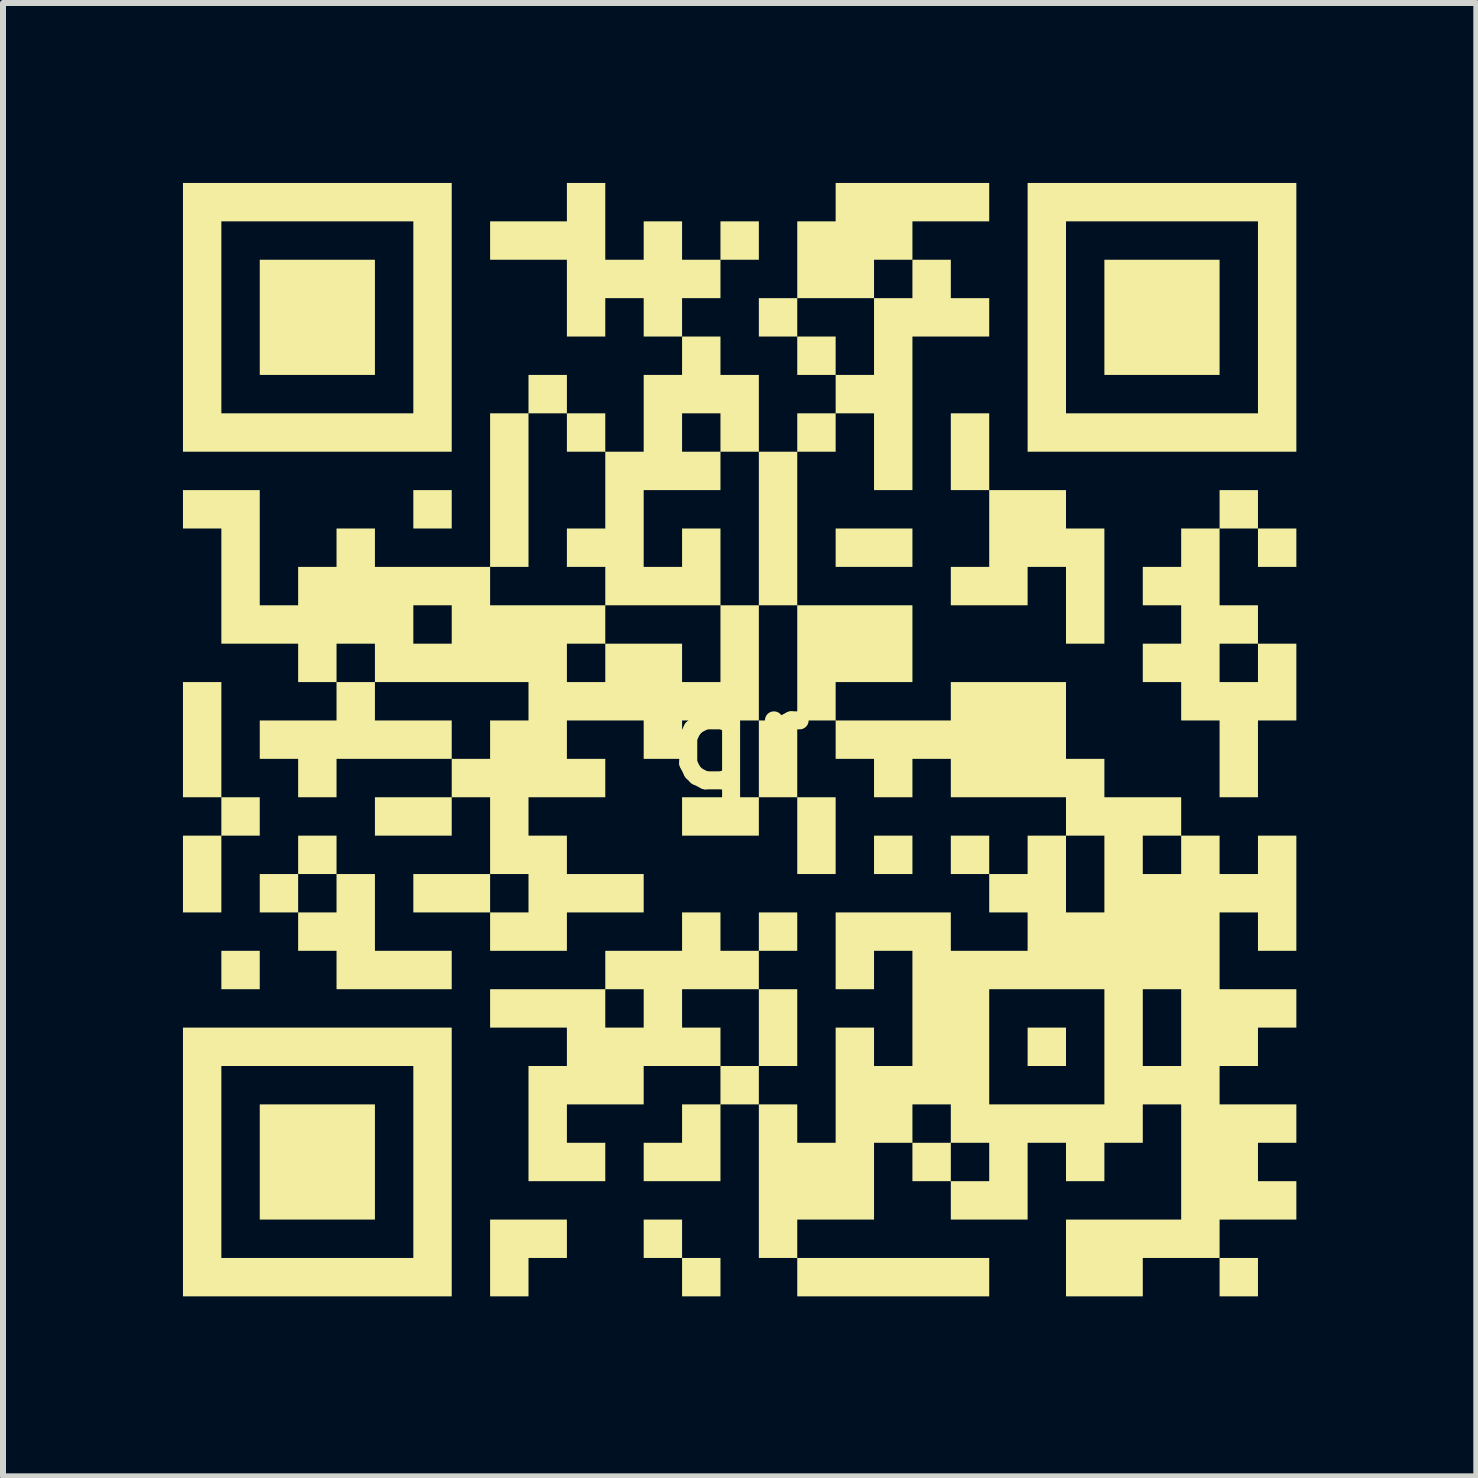
<source format=kicad_pcb>
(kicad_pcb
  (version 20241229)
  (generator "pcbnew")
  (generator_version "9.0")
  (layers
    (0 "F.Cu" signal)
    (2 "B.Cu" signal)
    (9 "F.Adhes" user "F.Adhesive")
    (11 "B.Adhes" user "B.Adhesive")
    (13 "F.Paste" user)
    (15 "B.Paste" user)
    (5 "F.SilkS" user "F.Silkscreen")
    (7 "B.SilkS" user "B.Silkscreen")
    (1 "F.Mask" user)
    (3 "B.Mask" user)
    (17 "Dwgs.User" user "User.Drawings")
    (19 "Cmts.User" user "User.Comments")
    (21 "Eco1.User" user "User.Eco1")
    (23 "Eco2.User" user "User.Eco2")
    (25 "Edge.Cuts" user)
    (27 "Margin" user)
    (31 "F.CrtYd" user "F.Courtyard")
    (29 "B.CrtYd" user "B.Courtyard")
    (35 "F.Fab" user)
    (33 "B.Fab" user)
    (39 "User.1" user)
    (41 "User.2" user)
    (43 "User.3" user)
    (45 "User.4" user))
  (footprint "qr"
    (layer "F.Cu")
    (at 9.28 9.28)
    (property "Reference" "qr" (at 0 0 0) (layer "F.SilkS") (effects (font (size 1.5 1.5) (thickness 0.3))))
    (attr board_only exclude_from_pos_files exclude_from_bom)
    (fp_poly (pts (xy -8.64 0) (xy -8.64 0.96) (xy -8.96 0.96) (xy -9.28 0.96) (xy -9.28 0) (xy -9.28 -0.96) (xy -8.96 -0.96) (xy -8.64 -0.96)) (stroke (width 0) (type solid)) (fill yes) (layer "F.SilkS"))
    (fp_poly (pts (xy -8 3.84) (xy -8 4.16) (xy -8.32 4.16) (xy -8.64 4.16) (xy -8.64 3.84) (xy -8.64 3.52) (xy -8.32 3.52) (xy -8 3.52)) (stroke (width 0) (type solid)) (fill yes) (layer "F.SilkS"))
    (fp_poly (pts (xy -6.08 -7.04) (xy -6.08 -6.08) (xy -7.04 -6.08) (xy -8 -6.08) (xy -8 -7.04) (xy -8 -8) (xy -7.04 -8) (xy -6.08 -8)) (stroke (width 0) (type solid)) (fill yes) (layer "F.SilkS"))
    (fp_poly (pts (xy -6.08 7.04) (xy -6.08 8) (xy -7.04 8) (xy -8 8) (xy -8 7.04) (xy -8 6.08) (xy -7.04 6.08) (xy -6.08 6.08)) (stroke (width 0) (type solid)) (fill yes) (layer "F.SilkS"))
    (fp_poly (pts (xy -4.8 -3.84) (xy -4.8 -3.52) (xy -5.12 -3.52) (xy -5.44 -3.52) (xy -5.44 -3.84) (xy -5.44 -4.16) (xy -5.12 -4.16) (xy -4.8 -4.16)) (stroke (width 0) (type solid)) (fill yes) (layer "F.SilkS"))
    (fp_poly (pts (xy -0.96 8.32) (xy -0.96 8.64) (xy -1.28 8.64) (xy -1.6 8.64) (xy -1.6 8.32) (xy -1.6 8) (xy -1.28 8) (xy -0.96 8)) (stroke (width 0) (type solid)) (fill yes) (layer "F.SilkS"))
    (fp_poly (pts (xy -0.32 8.96) (xy -0.32 9.28) (xy -0.64 9.28) (xy -0.96 9.28) (xy -0.96 8.96) (xy -0.96 8.64) (xy -0.64 8.64) (xy -0.32 8.64)) (stroke (width 0) (type solid)) (fill yes) (layer "F.SilkS"))
    (fp_poly (pts (xy 1.6 1.6) (xy 1.6 2.24) (xy 1.28 2.24) (xy 0.96 2.24) (xy 0.96 1.6) (xy 0.96 0.96) (xy 1.28 0.96) (xy 1.6 0.96)) (stroke (width 0) (type solid)) (fill yes) (layer "F.SilkS"))
    (fp_poly (pts (xy 2.88 -3.2) (xy 2.88 -2.88) (xy 2.24 -2.88) (xy 1.6 -2.88) (xy 1.6 -3.2) (xy 1.6 -3.52) (xy 2.24 -3.52) (xy 2.88 -3.52)) (stroke (width 0) (type solid)) (fill yes) (layer "F.SilkS"))
    (fp_poly (pts (xy 2.88 1.92) (xy 2.88 2.24) (xy 2.56 2.24) (xy 2.24 2.24) (xy 2.24 1.92) (xy 2.24 1.6) (xy 2.56 1.6) (xy 2.88 1.6)) (stroke (width 0) (type solid)) (fill yes) (layer "F.SilkS"))
    (fp_poly (pts (xy 4.16 -4.8) (xy 4.16 -4.16) (xy 3.84 -4.16) (xy 3.52 -4.16) (xy 3.52 -4.8) (xy 3.52 -5.44) (xy 3.84 -5.44) (xy 4.16 -5.44)) (stroke (width 0) (type solid)) (fill yes) (layer "F.SilkS"))
    (fp_poly (pts (xy 4.16 8.96) (xy 4.16 9.28) (xy 2.56 9.28) (xy 0.96 9.28) (xy 0.96 8.96) (xy 0.96 8.64) (xy 2.56 8.64) (xy 4.16 8.64)) (stroke (width 0) (type solid)) (fill yes) (layer "F.SilkS"))
    (fp_poly (pts (xy 5.44 5.12) (xy 5.44 5.44) (xy 5.12 5.44) (xy 4.8 5.44) (xy 4.8 5.12) (xy 4.8 4.8) (xy 5.12 4.8) (xy 5.44 4.8)) (stroke (width 0) (type solid)) (fill yes) (layer "F.SilkS"))
    (fp_poly (pts (xy 8 -7.04) (xy 8 -6.08) (xy 7.04 -6.08) (xy 6.08 -6.08) (xy 6.08 -7.04) (xy 6.08 -8) (xy 7.04 -8) (xy 8 -8)) (stroke (width 0) (type solid)) (fill yes) (layer "F.SilkS"))
    (fp_poly (pts (xy 8.64 8.96) (xy 8.64 9.28) (xy 8.32 9.28) (xy 8 9.28) (xy 8 8.96) (xy 8 8.64) (xy 8.32 8.64) (xy 8.64 8.64)) (stroke (width 0) (type solid)) (fill yes) (layer "F.SilkS"))
    (fp_poly (pts (xy 9.28 -3.2) (xy 9.28 -2.88) (xy 8.96 -2.88) (xy 8.64 -2.88) (xy 8.64 -3.2) (xy 8.64 -3.52) (xy 8.96 -3.52) (xy 9.28 -3.52)) (stroke (width 0) (type solid)) (fill yes) (layer "F.SilkS"))
    (fp_poly (pts (xy -2.88 8.32) (xy -2.88 8.64) (xy -3.2 8.64) (xy -3.52 8.64) (xy -3.52 8.96) (xy -3.52 9.28) (xy -3.84 9.28) (xy -4.16 9.28) (xy -4.16 8.64) (xy -4.16 8) (xy -3.52 8) (xy -2.88 8)) (stroke (width 0) (type solid)) (fill yes) (layer "F.SilkS"))
    (fp_poly (pts (xy -8 1.28) (xy -8 1.6) (xy -8.32 1.6) (xy -8.64 1.6) (xy -8.64 2.24) (xy -8.64 2.88) (xy -8.96 2.88) (xy -9.28 2.88) (xy -9.28 2.24) (xy -9.28 1.6) (xy -8.96 1.6) (xy -8.64 1.6) (xy -8.64 1.28) (xy -8.64 0.96) (xy -8.32 0.96) (xy -8 0.96)) (stroke (width 0) (type solid)) (fill yes) (layer "F.SilkS"))
    (fp_poly (pts (xy -4.8 -7.04) (xy -4.8 -4.8) (xy -7.04 -4.8) (xy -9.28 -4.8) (xy -9.28 -7.04) (xy -8.64 -7.04) (xy -8.64 -5.44) (xy -7.04 -5.44) (xy -5.44 -5.44) (xy -5.44 -7.04) (xy -5.44 -8.64) (xy -7.04 -8.64) (xy -8.64 -8.64) (xy -8.64 -7.04) (xy -9.28 -7.04) (xy -9.28 -9.28) (xy -7.04 -9.28) (xy -4.8 -9.28)) (stroke (width 0) (type solid)) (fill yes) (layer "F.SilkS"))
    (fp_poly (pts (xy -4.8 7.04) (xy -4.8 9.28) (xy -7.04 9.28) (xy -9.28 9.28) (xy -9.28 7.04) (xy -8.64 7.04) (xy -8.64 8.64) (xy -7.04 8.64) (xy -5.44 8.64) (xy -5.44 7.04) (xy -5.44 5.44) (xy -7.04 5.44) (xy -8.64 5.44) (xy -8.64 7.04) (xy -9.28 7.04) (xy -9.28 4.8) (xy -7.04 4.8) (xy -4.8 4.8)) (stroke (width 0) (type solid)) (fill yes) (layer "F.SilkS"))
    (fp_poly (pts (xy 9.28 -7.04) (xy 9.28 -4.8) (xy 7.04 -4.8) (xy 4.8 -4.8) (xy 4.8 -7.04) (xy 5.44 -7.04) (xy 5.44 -5.44) (xy 7.04 -5.44) (xy 8.64 -5.44) (xy 8.64 -7.04) (xy 8.64 -8.64) (xy 7.04 -8.64) (xy 5.44 -8.64) (xy 5.44 -7.04) (xy 4.8 -7.04) (xy 4.8 -9.28) (xy 7.04 -9.28) (xy 9.28 -9.28)) (stroke (width 0) (type solid)) (fill yes) (layer "F.SilkS"))
    (fp_poly (pts (xy 5.44 -3.84) (xy 5.44 -3.52) (xy 5.76 -3.52) (xy 6.08 -3.52) (xy 6.08 -2.56) (xy 6.08 -1.6) (xy 5.76 -1.6) (xy 5.44 -1.6) (xy 5.44 -2.24) (xy 5.44 -2.88) (xy 5.12 -2.88) (xy 4.8 -2.88) (xy 4.8 -2.56) (xy 4.8 -2.24) (xy 4.16 -2.24) (xy 3.52 -2.24) (xy 3.52 -2.56) (xy 3.52 -2.88) (xy 3.84 -2.88) (xy 4.16 -2.88) (xy 4.16 -3.52) (xy 4.16 -4.16) (xy 4.8 -4.16) (xy 5.44 -4.16)) (stroke (width 0) (type solid)) (fill yes) (layer "F.SilkS"))
    (fp_poly (pts (xy 4.16 -8.96) (xy 4.16 -8.64) (xy 3.52 -8.64) (xy 2.88 -8.64) (xy 2.88 -8.32) (xy 2.88 -8) (xy 2.56 -8) (xy 2.24 -8) (xy 2.24 -7.68) (xy 2.24 -7.36) (xy 1.6 -7.36) (xy 0.96 -7.36) (xy 0.96 -7.04) (xy 0.96 -6.72) (xy 0.64 -6.72) (xy 0.32 -6.72) (xy 0.32 -7.04) (xy 0.32 -7.36) (xy 0.64 -7.36) (xy 0.96 -7.36) (xy 0.96 -8) (xy 0.96 -8.64) (xy 1.28 -8.64) (xy 1.6 -8.64) (xy 1.6 -8.96) (xy 1.6 -9.28) (xy 2.88 -9.28) (xy 4.16 -9.28)) (stroke (width 0) (type solid)) (fill yes) (layer "F.SilkS"))
    (fp_poly (pts (xy -6.72 1.92) (xy -6.72 2.24) (xy -7.04 2.24) (xy -7.36 2.24) (xy -7.36 2.56) (xy -7.36 2.88) (xy -7.04 2.88) (xy -6.72 2.88) (xy -6.72 2.56) (xy -6.72 2.24) (xy -6.4 2.24) (xy -6.08 2.24) (xy -6.08 2.88) (xy -6.08 3.52) (xy -5.44 3.52) (xy -4.8 3.52) (xy -4.8 3.84) (xy -4.8 4.16) (xy -5.76 4.16) (xy -6.72 4.16) (xy -6.72 3.84) (xy -6.72 3.52) (xy -7.04 3.52) (xy -7.36 3.52) (xy -7.36 3.2) (xy -7.36 2.88) (xy -7.68 2.88) (xy -8 2.88) (xy -8 2.56) (xy -8 2.24) (xy -7.68 2.24) (xy -7.36 2.24) (xy -7.36 1.92) (xy -7.36 1.6) (xy -7.04 1.6) (xy -6.72 1.6)) (stroke (width 0) (type solid)) (fill yes) (layer "F.SilkS"))
    (fp_poly (pts (xy -2.24 -8.64) (xy -2.24 -8) (xy -1.92 -8) (xy -1.6 -8) (xy -1.6 -8.32) (xy -1.6 -8.64) (xy -1.28 -8.64) (xy -0.96 -8.64) (xy -0.96 -8.32) (xy -0.96 -8) (xy -0.64 -8) (xy -0.32 -8) (xy -0.32 -8.32) (xy -0.32 -8.64) (xy 0 -8.64) (xy 0.32 -8.64) (xy 0.32 -8.32) (xy 0.32 -8) (xy 0 -8) (xy -0.32 -8) (xy -0.32 -7.68) (xy -0.32 -7.36) (xy -0.64 -7.36) (xy -0.96 -7.36) (xy -0.96 -7.04) (xy -0.96 -6.72) (xy -1.28 -6.72) (xy -1.6 -6.72) (xy -1.6 -7.04) (xy -1.6 -7.36) (xy -1.92 -7.36) (xy -2.24 -7.36) (xy -2.24 -7.04) (xy -2.24 -6.72) (xy -2.56 -6.72) (xy -2.88 -6.72) (xy -2.88 -7.36) (xy -2.88 -8) (xy -3.52 -8) (xy -4.16 -8) (xy -4.16 -8.32) (xy -4.16 -8.64) (xy -3.52 -8.64) (xy -2.88 -8.64) (xy -2.88 -8.96) (xy -2.88 -9.28) (xy -2.56 -9.28) (xy -2.24 -9.28)) (stroke (width 0) (type solid)) (fill yes) (layer "F.SilkS"))
    (fp_poly (pts (xy 8.64 -3.84) (xy 8.64 -3.52) (xy 8.32 -3.52) (xy 8 -3.52) (xy 8 -2.88) (xy 8 -2.24) (xy 8.32 -2.24) (xy 8.64 -2.24) (xy 8.64 -1.92) (xy 8.64 -1.6) (xy 8.32 -1.6) (xy 8 -1.6) (xy 8 -1.28) (xy 8 -0.96) (xy 8.32 -0.96) (xy 8.64 -0.96) (xy 8.64 -1.28) (xy 8.64 -1.6) (xy 8.96 -1.6) (xy 9.28 -1.6) (xy 9.28 -0.96) (xy 9.28 -0.32) (xy 8.96 -0.32) (xy 8.64 -0.32) (xy 8.64 0.32) (xy 8.64 0.96) (xy 8.32 0.96) (xy 8 0.96) (xy 8 0.32) (xy 8 -0.32) (xy 7.68 -0.32) (xy 7.36 -0.32) (xy 7.36 -0.64) (xy 7.36 -0.96) (xy 7.04 -0.96) (xy 6.72 -0.96) (xy 6.72 -1.28) (xy 6.72 -1.6) (xy 7.04 -1.6) (xy 7.36 -1.6) (xy 7.36 -1.92) (xy 7.36 -2.24) (xy 7.04 -2.24) (xy 6.72 -2.24) (xy 6.72 -2.56) (xy 6.72 -2.88) (xy 7.04 -2.88) (xy 7.36 -2.88) (xy 7.36 -3.2) (xy 7.36 -3.52) (xy 7.68 -3.52) (xy 8 -3.52) (xy 8 -3.84) (xy 8 -4.16) (xy 8.32 -4.16) (xy 8.64 -4.16)) (stroke (width 0) (type solid)) (fill yes) (layer "F.SilkS"))
    (fp_poly (pts (xy -0.32 3.2) (xy -0.32 3.52) (xy 0 3.52) (xy 0.32 3.52) (xy 0.32 3.2) (xy 0.32 2.88) (xy 0.64 2.88) (xy 0.96 2.88) (xy 0.96 3.2) (xy 0.96 3.52) (xy 0.64 3.52) (xy 0.32 3.52) (xy 0.32 3.84) (xy 0.32 4.16) (xy -0.32 4.16) (xy -0.96 4.16) (xy -0.96 4.48) (xy -0.96 4.8) (xy -0.64 4.8) (xy -0.32 4.8) (xy -0.32 5.12) (xy -0.32 5.44) (xy 0 5.44) (xy 0.32 5.44) (xy 0.32 4.8) (xy 0.32 4.16) (xy 0.64 4.16) (xy 0.96 4.16) (xy 0.96 4.8) (xy 0.96 5.44) (xy 0.64 5.44) (xy 0.32 5.44) (xy 0.32 5.76) (xy 0.32 6.08) (xy 0 6.08) (xy -0.32 6.08) (xy -0.32 6.72) (xy -0.32 7.36) (xy -0.96 7.36) (xy -1.6 7.36) (xy -1.6 7.04) (xy -1.6 6.72) (xy -1.28 6.72) (xy -0.96 6.72) (xy -0.96 6.4) (xy -0.96 6.08) (xy -0.64 6.08) (xy -0.32 6.08) (xy -0.32 5.76) (xy -0.32 5.44) (xy -0.96 5.44) (xy -1.6 5.44) (xy -1.6 5.76) (xy -1.6 6.08) (xy -2.24 6.08) (xy -2.88 6.08) (xy -2.88 6.4) (xy -2.88 6.72) (xy -2.56 6.72) (xy -2.24 6.72) (xy -2.24 7.04) (xy -2.24 7.36) (xy -2.88 7.36) (xy -3.52 7.36) (xy -3.52 6.4) (xy -3.52 5.44) (xy -3.2 5.44) (xy -2.88 5.44) (xy -2.88 5.12) (xy -2.88 4.8) (xy -3.52 4.8) (xy -4.16 4.8) (xy -4.16 4.48) (xy -2.24 4.48) (xy -2.24 4.8) (xy -1.92 4.8) (xy -1.6 4.8) (xy -1.6 4.48) (xy -1.6 4.16) (xy -1.92 4.16) (xy -2.24 4.16) (xy -2.24 4.48) (xy -4.16 4.48) (xy -4.16 4.16) (xy -3.2 4.16) (xy -2.24 4.16) (xy -2.24 3.84) (xy -2.24 3.52) (xy -1.6 3.52) (xy -0.96 3.52) (xy -0.96 3.2) (xy -0.96 2.88) (xy -0.64 2.88) (xy -0.32 2.88)) (stroke (width 0) (type solid)) (fill yes) (layer "F.SilkS"))
    (fp_poly (pts (xy 3.52 -7.68) (xy 3.52 -7.36) (xy 3.84 -7.36) (xy 4.16 -7.36) (xy 4.16 -7.04) (xy 4.16 -6.72) (xy 3.52 -6.72) (xy 2.88 -6.72) (xy 2.88 -5.44) (xy 2.88 -4.16) (xy 2.56 -4.16) (xy 2.24 -4.16) (xy 2.24 -4.8) (xy 2.24 -5.44) (xy 1.92 -5.44) (xy 1.6 -5.44) (xy 1.6 -5.12) (xy 1.6 -4.8) (xy 1.28 -4.8) (xy 0.96 -4.8) (xy 0.96 -3.52) (xy 0.96 -2.24) (xy 0.64 -2.24) (xy 0.32 -2.24) (xy 0.32 -1.28) (xy 0.32 -0.32) (xy 0.64 -0.32) (xy 0.96 -0.32) (xy 0.96 -1.28) (xy 0.96 -2.24) (xy 1.92 -2.24) (xy 2.88 -2.24) (xy 2.88 -1.6) (xy 2.88 -0.96) (xy 2.24 -0.96) (xy 1.6 -0.96) (xy 1.6 -0.64) (xy 1.6 -0.32) (xy 2.56 -0.32) (xy 3.52 -0.32) (xy 3.52 -0.64) (xy 3.52 -0.96) (xy 4.48 -0.96) (xy 5.44 -0.96) (xy 5.44 -0.32) (xy 5.44 0.32) (xy 5.76 0.32) (xy 6.08 0.32) (xy 6.08 0.64) (xy 6.08 0.96) (xy 6.72 0.96) (xy 7.36 0.96) (xy 7.36 1.28) (xy 7.36 1.6) (xy 7.04 1.6) (xy 6.72 1.6) (xy 6.72 1.92) (xy 6.72 2.24) (xy 7.04 2.24) (xy 7.36 2.24) (xy 7.36 1.92) (xy 7.36 1.6) (xy 7.68 1.6) (xy 8 1.6) (xy 8 1.92) (xy 8 2.24) (xy 8.32 2.24) (xy 8.64 2.24) (xy 8.64 1.92) (xy 8.64 1.6) (xy 8.96 1.6) (xy 9.28 1.6) (xy 9.28 2.56) (xy 9.28 3.52) (xy 8.96 3.52) (xy 8.64 3.52) (xy 8.64 3.2) (xy 8.64 2.88) (xy 8.32 2.88) (xy 8 2.88) (xy 8 3.52) (xy 8 4.16) (xy 8.64 4.16) (xy 9.28 4.16) (xy 9.28 4.48) (xy 9.28 4.8) (xy 8.96 4.8) (xy 8.64 4.8) (xy 8.64 5.12) (xy 8.64 5.44) (xy 8.32 5.44) (xy 8 5.44) (xy 8 5.76) (xy 8 6.08) (xy 8.64 6.08) (xy 9.28 6.08) (xy 9.28 6.4) (xy 9.28 6.72) (xy 8.96 6.72) (xy 8.64 6.72) (xy 8.64 7.04) (xy 8.64 7.36) (xy 8.96 7.36) (xy 9.28 7.36) (xy 9.28 7.68) (xy 9.28 8) (xy 8.64 8) (xy 8 8) (xy 8 8.32) (xy 8 8.64) (xy 7.36 8.64) (xy 6.72 8.64) (xy 6.72 8.96) (xy 6.72 9.28) (xy 6.08 9.28) (xy 5.44 9.28) (xy 5.44 8.64) (xy 5.44 8) (xy 6.4 8) (xy 7.36 8) (xy 7.36 7.04) (xy 7.36 6.08) (xy 7.04 6.08) (xy 6.72 6.08) (xy 6.72 6.4) (xy 6.72 6.72) (xy 6.4 6.72) (xy 6.08 6.72) (xy 6.08 7.04) (xy 6.08 7.36) (xy 5.76 7.36) (xy 5.44 7.36) (xy 5.44 7.04) (xy 5.44 6.72) (xy 5.12 6.72) (xy 4.8 6.72) (xy 4.8 7.36) (xy 4.8 8) (xy 4.16 8) (xy 3.52 8) (xy 3.52 7.68) (xy 3.52 7.36) (xy 3.2 7.36) (xy 2.88 7.36) (xy 2.88 7.04) (xy 3.52 7.04) (xy 3.52 7.36) (xy 3.84 7.36) (xy 4.16 7.36) (xy 4.16 7.04) (xy 4.16 6.72) (xy 3.84 6.72) (xy 3.52 6.72) (xy 3.52 7.04) (xy 2.88 7.04) (xy 2.88 6.72) (xy 2.56 6.72) (xy 2.24 6.72) (xy 2.24 7.36) (xy 2.24 8) (xy 1.6 8) (xy 0.96 8) (xy 0.96 8.32) (xy 0.96 8.64) (xy 0.64 8.64) (xy 0.32 8.64) (xy 0.32 7.36) (xy 0.32 6.08) (xy 0.64 6.08) (xy 0.96 6.08) (xy 0.96 6.4) (xy 0.96 6.72) (xy 1.28 6.72) (xy 1.6 6.72) (xy 1.6 6.4) (xy 2.88 6.4) (xy 2.88 6.72) (xy 3.2 6.72) (xy 3.52 6.72) (xy 3.52 6.4) (xy 3.52 6.08) (xy 3.2 6.08) (xy 2.88 6.08) (xy 2.88 6.4) (xy 1.6 6.4) (xy 1.6 5.76) (xy 1.6 4.8) (xy 1.92 4.8) (xy 2.24 4.8) (xy 2.24 5.12) (xy 2.24 5.44) (xy 2.56 5.44) (xy 2.88 5.44) (xy 2.88 5.12) (xy 4.16 5.12) (xy 4.16 6.08) (xy 5.12 6.08) (xy 6.08 6.08) (xy 6.08 5.12) (xy 6.08 4.8) (xy 6.72 4.8) (xy 6.72 5.44) (xy 7.04 5.44) (xy 7.36 5.44) (xy 7.36 4.8) (xy 7.36 4.16) (xy 7.04 4.16) (xy 6.72 4.16) (xy 6.72 4.8) (xy 6.08 4.8) (xy 6.08 4.16) (xy 5.12 4.16) (xy 4.16 4.16) (xy 4.16 5.12) (xy 2.88 5.12) (xy 2.88 4.48) (xy 2.88 3.52) (xy 2.56 3.52) (xy 2.24 3.52) (xy 2.24 3.84) (xy 2.24 4.16) (xy 1.92 4.16) (xy 1.6 4.16) (xy 1.6 3.52) (xy 1.6 2.88) (xy 2.56 2.88) (xy 3.52 2.88) (xy 3.52 3.2) (xy 3.52 3.52) (xy 4.16 3.52) (xy 4.8 3.52) (xy 4.8 3.2) (xy 4.8 2.88) (xy 4.48 2.88) (xy 4.16 2.88) (xy 4.16 2.56) (xy 4.16 2.24) (xy 3.84 2.24) (xy 3.52 2.24) (xy 3.52 1.92) (xy 3.52 1.6) (xy 3.84 1.6) (xy 4.16 1.6) (xy 4.16 1.92) (xy 4.16 2.24) (xy 4.48 2.24) (xy 4.8 2.24) (xy 5.44 2.24) (xy 5.44 2.88) (xy 5.76 2.88) (xy 6.08 2.88) (xy 6.08 2.24) (xy 6.08 1.6) (xy 5.76 1.6) (xy 5.44 1.6) (xy 5.44 2.24) (xy 4.8 2.24) (xy 4.8 1.92) (xy 4.8 1.6) (xy 5.12 1.6) (xy 5.44 1.6) (xy 5.44 1.28) (xy 5.44 0.96) (xy 4.48 0.96) (xy 3.52 0.96) (xy 3.52 0.64) (xy 3.52 0.32) (xy 3.2 0.32) (xy 2.88 0.32) (xy 2.88 0.64) (xy 2.88 0.96) (xy 2.56 0.96) (xy 2.24 0.96) (xy 2.24 0.64) (xy 2.24 0.32) (xy 1.92 0.32) (xy 1.6 0.32) (xy 1.6 0) (xy 1.6 -0.32) (xy 1.28 -0.32) (xy 0.96 -0.32) (xy 0.96 0.32) (xy 0.96 0.96) (xy 0.64 0.96) (xy 0.32 0.96) (xy 0.32 1.28) (xy 0.32 1.6) (xy -0.32 1.6) (xy -0.96 1.6) (xy -0.96 1.28) (xy -0.96 0.96) (xy -0.32 0.96) (xy 0.32 0.96) (xy 0.32 0.32) (xy 0.32 -0.32) (xy -0.32 -0.32) (xy -0.96 -0.32) (xy -0.96 0) (xy -0.96 0.32) (xy -1.28 0.32) (xy -1.6 0.32) (xy -1.6 0) (xy -1.6 -0.32) (xy -2.24 -0.32) (xy -2.88 -0.32) (xy -2.88 0) (xy -2.88 0.32) (xy -2.56 0.32) (xy -2.24 0.32) (xy -2.24 0.64) (xy -2.24 0.96) (xy -2.88 0.96) (xy -3.52 0.96) (xy -3.52 1.28) (xy -3.52 1.6) (xy -3.2 1.6) (xy -2.88 1.6) (xy -2.88 1.92) (xy -2.88 2.24) (xy -2.24 2.24) (xy -1.6 2.24) (xy -1.6 2.56) (xy -1.6 2.88) (xy -2.24 2.88) (xy -2.88 2.88) (xy -2.88 3.2) (xy -2.88 3.52) (xy -3.52 3.52) (xy -4.16 3.52) (xy -4.16 3.2) (xy -4.16 2.88) (xy -4.8 2.88) (xy -5.44 2.88) (xy -5.44 2.56) (xy -4.16 2.56) (xy -4.16 2.88) (xy -3.84 2.88) (xy -3.52 2.88) (xy -3.52 2.56) (xy -3.52 2.24) (xy -3.84 2.24) (xy -4.16 2.24) (xy -4.16 2.56) (xy -5.44 2.56) (xy -5.44 2.24) (xy -4.8 2.24) (xy -4.16 2.24) (xy -4.16 1.6) (xy -4.16 0.96) (xy -4.48 0.96) (xy -4.8 0.96) (xy -4.8 1.28) (xy -4.8 1.6) (xy -5.44 1.6) (xy -6.08 1.6) (xy -6.08 1.28) (xy -6.08 0.96) (xy -5.44 0.96) (xy -4.8 0.96) (xy -4.8 0.64) (xy -4.8 0.32) (xy -5.76 0.32) (xy -6.72 0.32) (xy -6.72 0.64) (xy -6.72 0.96) (xy -7.04 0.96) (xy -7.36 0.96) (xy -7.36 0.64) (xy -7.36 0.32) (xy -7.68 0.32) (xy -8 0.32) (xy -8 0) (xy -8 -0.32) (xy -7.36 -0.32) (xy -6.72 -0.32) (xy -6.72 -0.64) (xy -6.08 -0.64) (xy -6.08 -0.32) (xy -5.44 -0.32) (xy -4.8 -0.32) (xy -4.8 0) (xy -4.8 0.32) (xy -4.48 0.32) (xy -4.16 0.32) (xy -4.16 0) (xy -4.16 -0.32) (xy -3.84 -0.32) (xy -3.52 -0.32) (xy -3.52 -0.64) (xy -3.52 -0.96) (xy -4.8 -0.96) (xy -6.08 -0.96) (xy -6.08 -0.64) (xy -6.72 -0.64) (xy -6.72 -0.96) (xy -7.04 -0.96) (xy -7.36 -0.96) (xy -7.36 -1.28) (xy -6.72 -1.28) (xy -6.72 -0.96) (xy -6.4 -0.96) (xy -6.08 -0.96) (xy -6.08 -1.28) (xy -6.08 -1.6) (xy -6.4 -1.6) (xy -6.72 -1.6) (xy -6.72 -1.28) (xy -7.36 -1.28) (xy -7.36 -1.6) (xy -8 -1.6) (xy -8.64 -1.6) (xy -8.64 -1.92) (xy -5.44 -1.92) (xy -5.44 -1.6) (xy -5.12 -1.6) (xy -4.8 -1.6) (xy -4.8 -1.92) (xy -4.8 -2.24) (xy -5.12 -2.24) (xy -5.44 -2.24) (xy -5.44 -1.92) (xy -8.64 -1.92) (xy -8.64 -2.56) (xy -8.64 -3.52) (xy -8.96 -3.52) (xy -9.28 -3.52) (xy -9.28 -3.84) (xy -9.28 -4.16) (xy -8.64 -4.16) (xy -8 -4.16) (xy -8 -3.2) (xy -8 -2.24) (xy -7.68 -2.24) (xy -7.36 -2.24) (xy -7.36 -2.56) (xy -7.36 -2.88) (xy -7.04 -2.88) (xy -6.72 -2.88) (xy -6.72 -3.2) (xy -6.72 -3.52) (xy -6.4 -3.52) (xy -6.08 -3.52) (xy -6.08 -3.2) (xy -6.08 -2.88) (xy -5.12 -2.88) (xy -4.16 -2.88) (xy -4.16 -4.16) (xy -4.16 -5.44) (xy -3.84 -5.44) (xy -3.52 -5.44) (xy -3.52 -5.76) (xy -3.52 -6.08) (xy -3.2 -6.08) (xy -2.88 -6.08) (xy -2.88 -5.76) (xy -2.88 -5.44) (xy -3.2 -5.44) (xy -3.52 -5.44) (xy -3.52 -4.16) (xy -3.52 -2.88) (xy -3.84 -2.88) (xy -4.16 -2.88) (xy -4.16 -2.56) (xy -4.16 -2.24) (xy -3.2 -2.24) (xy -2.24 -2.24) (xy -2.24 -1.92) (xy -2.24 -1.6) (xy -2.56 -1.6) (xy -2.88 -1.6) (xy -2.88 -1.28) (xy -2.88 -0.96) (xy -2.56 -0.96) (xy -2.24 -0.96) (xy -2.24 -1.28) (xy -2.24 -1.6) (xy -1.6 -1.6) (xy -0.96 -1.6) (xy -0.96 -1.28) (xy -0.96 -0.96) (xy -0.64 -0.96) (xy -0.32 -0.96) (xy -0.32 -1.6) (xy -0.32 -2.24) (xy 0 -2.24) (xy 0.32 -2.24) (xy 0.32 -3.52) (xy 0.32 -4.8) (xy 0 -4.8) (xy -0.32 -4.8) (xy -0.32 -4.48) (xy -0.32 -4.16) (xy -0.96 -4.16) (xy -1.6 -4.16) (xy -1.6 -3.52) (xy -1.6 -2.88) (xy -1.28 -2.88) (xy -0.96 -2.88) (xy -0.96 -3.2) (xy -0.96 -3.52) (xy -0.64 -3.52) (xy -0.32 -3.52) (xy -0.32 -2.88) (xy -0.32 -2.24) (xy -1.28 -2.24) (xy -2.24 -2.24) (xy -2.24 -2.56) (xy -2.24 -2.88) (xy -2.56 -2.88) (xy -2.88 -2.88) (xy -2.88 -3.2) (xy -2.88 -3.52) (xy -2.56 -3.52) (xy -2.24 -3.52) (xy -2.24 -4.16) (xy -2.24 -4.8) (xy -2.56 -4.8) (xy -2.88 -4.8) (xy -2.88 -5.12) (xy -2.88 -5.44) (xy -2.56 -5.44) (xy -2.24 -5.44) (xy -2.24 -5.12) (xy -2.24 -4.8) (xy -1.92 -4.8) (xy -1.6 -4.8) (xy -1.6 -5.12) (xy -0.96 -5.12) (xy -0.96 -4.8) (xy -0.64 -4.8) (xy -0.32 -4.8) (xy -0.32 -5.12) (xy -0.32 -5.44) (xy -0.64 -5.44) (xy -0.96 -5.44) (xy -0.96 -5.12) (xy -1.6 -5.12) (xy -1.6 -5.44) (xy -1.6 -6.08) (xy -1.28 -6.08) (xy -0.96 -6.08) (xy -0.96 -6.4) (xy -0.96 -6.72) (xy -0.64 -6.72) (xy -0.32 -6.72) (xy -0.32 -6.4) (xy -0.32 -6.08) (xy 0 -6.08) (xy 0.32 -6.08) (xy 0.32 -5.44) (xy 0.32 -4.8) (xy 0.64 -4.8) (xy 0.96 -4.8) (xy 0.96 -5.12) (xy 0.96 -5.44) (xy 1.28 -5.44) (xy 1.6 -5.44) (xy 1.6 -5.76) (xy 1.6 -6.08) (xy 1.28 -6.08) (xy 0.96 -6.08) (xy 0.96 -6.4) (xy 0.96 -6.72) (xy 1.28 -6.72) (xy 1.6 -6.72) (xy 1.6 -6.4) (xy 1.6 -6.08) (xy 1.92 -6.08) (xy 2.24 -6.08) (xy 2.24 -6.72) (xy 2.24 -7.36) (xy 2.56 -7.36) (xy 2.88 -7.36) (xy 2.88 -7.68) (xy 2.88 -8) (xy 3.2 -8) (xy 3.52 -8)) (stroke (width 0) (type solid)) (fill yes) (layer "F.SilkS")))
  (gr_rect
    (start -3 -3)
    (end 21.56 21.56)
    (stroke (width 0.1) (type default))
    (fill no)
    (layer "Edge.Cuts")))
</source>
